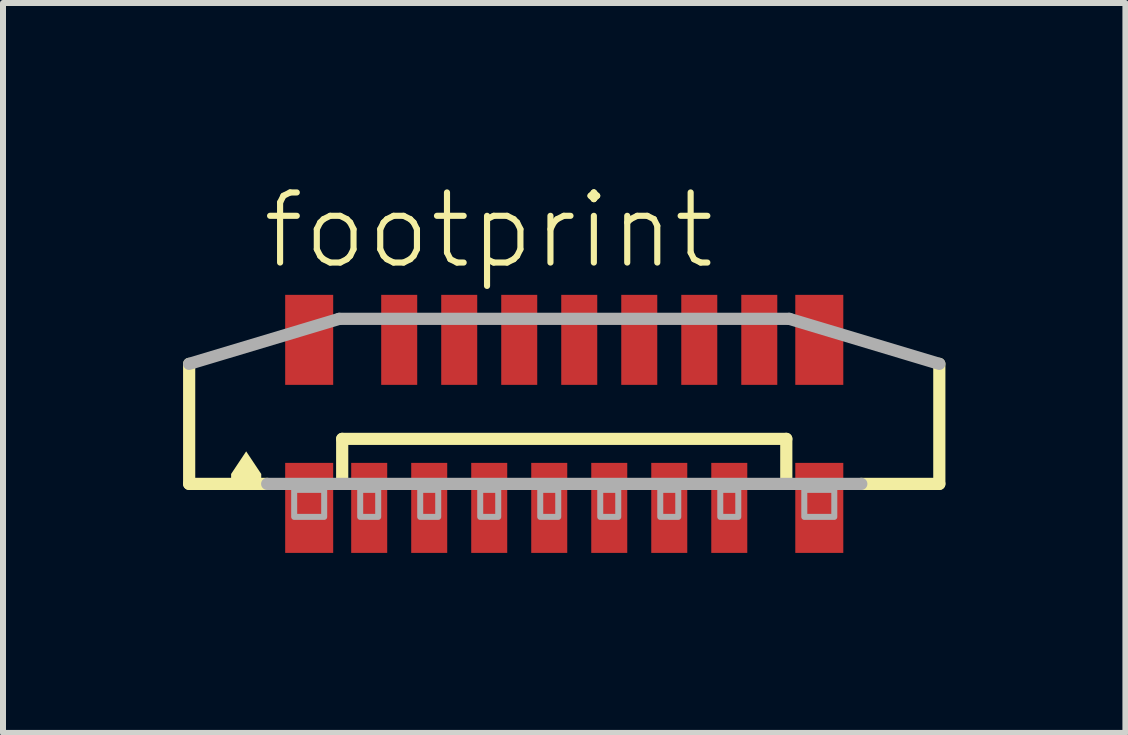
<source format=kicad_pcb>
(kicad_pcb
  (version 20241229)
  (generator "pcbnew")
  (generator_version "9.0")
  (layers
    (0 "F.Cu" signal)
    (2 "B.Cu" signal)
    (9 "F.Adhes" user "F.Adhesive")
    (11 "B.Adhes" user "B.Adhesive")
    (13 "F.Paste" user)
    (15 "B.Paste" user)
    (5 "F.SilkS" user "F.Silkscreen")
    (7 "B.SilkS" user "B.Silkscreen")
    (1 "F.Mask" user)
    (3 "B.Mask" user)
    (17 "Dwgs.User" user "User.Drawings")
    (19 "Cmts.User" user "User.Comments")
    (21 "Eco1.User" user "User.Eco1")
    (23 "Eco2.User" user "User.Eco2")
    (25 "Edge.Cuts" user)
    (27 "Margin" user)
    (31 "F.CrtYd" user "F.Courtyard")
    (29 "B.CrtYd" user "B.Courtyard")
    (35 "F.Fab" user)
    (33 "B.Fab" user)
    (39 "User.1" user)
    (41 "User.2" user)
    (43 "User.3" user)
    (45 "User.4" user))
  (footprint "footprint"
    (layer "F.Cu")
    (at 6.352 4.013)
    (property "Reference" "footprint" (at -5.08 -2.54 0) (layer "F.SilkS") (effects (font (size 1.168 1.168) (thickness 0.102)) (justify left bottom)))
    (fp_line (start -6.25 1) (end -6.25 -1) (stroke (width 0.203) (type solid)) (layer "F.SilkS"))
    (fp_line (start -4.95 1) (end -6.25 1) (stroke (width 0.203) (type solid)) (layer "F.SilkS"))
    (fp_line (start -3.7 0.25) (end 3.7 0.25) (stroke (width 0.203) (type solid)) (layer "F.SilkS"))
    (fp_line (start -3.7 1) (end -3.7 0.25) (stroke (width 0.203) (type solid)) (layer "F.SilkS"))
    (fp_line (start 3.7 0.25) (end 3.7 1) (stroke (width 0.203) (type solid)) (layer "F.SilkS"))
    (fp_line (start 6.25 -1) (end 6.25 1) (stroke (width 0.203) (type solid)) (layer "F.SilkS"))
    (fp_line (start 6.25 1) (end 4.95 1) (stroke (width 0.203) (type solid)) (layer "F.SilkS"))
    (fp_poly (pts (xy -5.049 0.835) (xy -5.049 1.001) (xy -5.551 1.001) (xy -5.551 0.835) (xy -5.3 0.458)) (stroke (width 0) (type solid)) (fill yes) (layer "F.SilkS"))
    (fp_line (start -6.25 -1) (end -3.75 -1.75) (stroke (width 0.203) (type solid)) (layer "F.Fab"))
    (fp_line (start -3.75 -1.75) (end 3.75 -1.75) (stroke (width 0.203) (type solid)) (layer "F.Fab"))
    (fp_line (start 3.75 -1.75) (end 6.25 -1) (stroke (width 0.203) (type solid)) (layer "F.Fab"))
    (fp_line (start 4.95 1) (end -4.95 1) (stroke (width 0.203) (type solid)) (layer "F.Fab"))
    (fp_poly (pts (xy -4.5 1.55) (xy -4 1.55) (xy -4 1.1) (xy -4.5 1.1)) (stroke (width 0.1) (type solid)) (fill no) (layer "F.Fab"))
    (fp_poly (pts (xy -3.4 1.55) (xy -3.1 1.55) (xy -3.1 1.1) (xy -3.4 1.1)) (stroke (width 0.1) (type solid)) (fill no) (layer "F.Fab"))
    (fp_poly (pts (xy -2.4 1.55) (xy -2.1 1.55) (xy -2.1 1.1) (xy -2.4 1.1)) (stroke (width 0.1) (type solid)) (fill no) (layer "F.Fab"))
    (fp_poly (pts (xy -1.4 1.55) (xy -1.1 1.55) (xy -1.1 1.1) (xy -1.4 1.1)) (stroke (width 0.1) (type solid)) (fill no) (layer "F.Fab"))
    (fp_poly (pts (xy -0.4 1.55) (xy -0.1 1.55) (xy -0.1 1.1) (xy -0.4 1.1)) (stroke (width 0.1) (type solid)) (fill no) (layer "F.Fab"))
    (fp_poly (pts (xy 0.6 1.55) (xy 0.9 1.55) (xy 0.9 1.1) (xy 0.6 1.1)) (stroke (width 0.1) (type solid)) (fill no) (layer "F.Fab"))
    (fp_poly (pts (xy 1.6 1.55) (xy 1.9 1.55) (xy 1.9 1.1) (xy 1.6 1.1)) (stroke (width 0.1) (type solid)) (fill no) (layer "F.Fab"))
    (fp_poly (pts (xy 2.6 1.55) (xy 2.9 1.55) (xy 2.9 1.1) (xy 2.6 1.1)) (stroke (width 0.1) (type solid)) (fill no) (layer "F.Fab"))
    (fp_poly (pts (xy 4 1.55) (xy 4.5 1.55) (xy 4.5 1.1) (xy 4 1.1)) (stroke (width 0.1) (type solid)) (fill no) (layer "F.Fab"))
    (pad "1" smd rect (at -3.25 1.4) (size 0.6 1.5) (layers "F.Cu" "F.Mask" "F.Paste"))
    (pad "2" smd rect (at -2.75 -1.4 180) (size 0.6 1.5) (layers "F.Cu" "F.Mask" "F.Paste"))
    (pad "3" smd rect (at -2.25 1.4) (size 0.6 1.5) (layers "F.Cu" "F.Mask" "F.Paste"))
    (pad "4" smd rect (at -1.75 -1.4 180) (size 0.6 1.5) (layers "F.Cu" "F.Mask" "F.Paste"))
    (pad "5" smd rect (at -1.25 1.4) (size 0.6 1.5) (layers "F.Cu" "F.Mask" "F.Paste"))
    (pad "6" smd rect (at -0.75 -1.4 180) (size 0.6 1.5) (layers "F.Cu" "F.Mask" "F.Paste"))
    (pad "7" smd rect (at -0.25 1.4) (size 0.6 1.5) (layers "F.Cu" "F.Mask" "F.Paste"))
    (pad "8" smd rect (at 0.25 -1.4 180) (size 0.6 1.5) (layers "F.Cu" "F.Mask" "F.Paste"))
    (pad "9" smd rect (at 0.75 1.4) (size 0.6 1.5) (layers "F.Cu" "F.Mask" "F.Paste"))
    (pad "10" smd rect (at 1.25 -1.4 180) (size 0.6 1.5) (layers "F.Cu" "F.Mask" "F.Paste"))
    (pad "11" smd rect (at 1.75 1.4) (size 0.6 1.5) (layers "F.Cu" "F.Mask" "F.Paste"))
    (pad "12" smd rect (at 2.25 -1.4 180) (size 0.6 1.5) (layers "F.Cu" "F.Mask" "F.Paste"))
    (pad "13" smd rect (at 2.75 1.4) (size 0.6 1.5) (layers "F.Cu" "F.Mask" "F.Paste"))
    (pad "14" smd rect (at 3.25 -1.4 180) (size 0.6 1.5) (layers "F.Cu" "F.Mask" "F.Paste"))
    (pad "M1" smd rect (at -4.25 1.4) (size 0.8 1.5) (layers "F.Cu" "F.Mask" "F.Paste"))
    (pad "M2" smd rect (at 4.25 1.4) (size 0.8 1.5) (layers "F.Cu" "F.Mask" "F.Paste"))
    (pad "M3" smd rect (at 4.25 -1.4 180) (size 0.8 1.5) (layers "F.Cu" "F.Mask" "F.Paste"))
    (pad "M4" smd rect (at -4.25 -1.4 180) (size 0.8 1.5) (layers "F.Cu" "F.Mask" "F.Paste")))
  (gr_rect
    (start -3 -3)
    (end 15.703 9.163)
    (stroke (width 0.1) (type default))
    (fill no)
    (layer "Edge.Cuts")))
</source>
